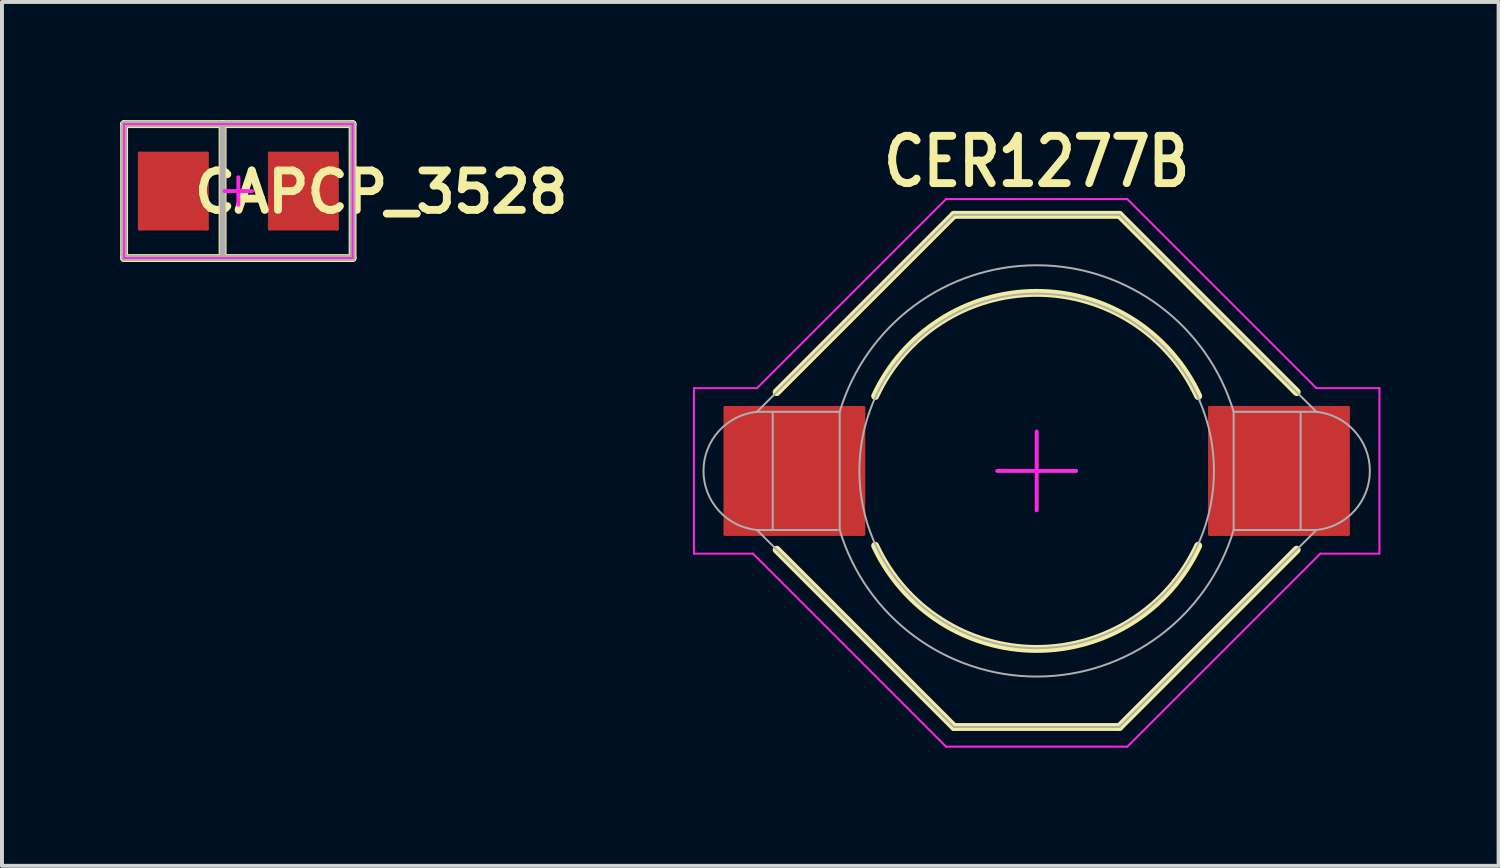
<source format=kicad_pcb>
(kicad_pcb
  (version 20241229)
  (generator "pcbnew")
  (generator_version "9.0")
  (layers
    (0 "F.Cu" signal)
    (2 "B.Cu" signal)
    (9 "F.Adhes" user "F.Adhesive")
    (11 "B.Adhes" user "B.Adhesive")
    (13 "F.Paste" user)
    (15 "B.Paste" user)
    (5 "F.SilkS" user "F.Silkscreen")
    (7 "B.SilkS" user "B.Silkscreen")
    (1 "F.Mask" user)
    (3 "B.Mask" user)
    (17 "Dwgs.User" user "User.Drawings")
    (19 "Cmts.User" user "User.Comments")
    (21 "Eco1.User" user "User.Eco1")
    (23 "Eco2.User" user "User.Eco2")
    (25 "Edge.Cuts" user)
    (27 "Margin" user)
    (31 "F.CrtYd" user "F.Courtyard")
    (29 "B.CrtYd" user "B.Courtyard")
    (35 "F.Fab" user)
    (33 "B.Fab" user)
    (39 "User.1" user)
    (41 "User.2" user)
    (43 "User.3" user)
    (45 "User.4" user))
  (footprint "CER1277B"
    (layer "F.Cu")
    (at 23.264 8.903)
    (property "Reference" "CER1277B" (at 0 -7.85 0) (layer "F.SilkS") (effects (font (size 1.2 1) (thickness 0.2))))
    (attr through_hole)
    (fp_line (start -7.9 -1.6) (end -4.4 -1.6) (stroke (width 0.1) (type solid)) (layer "F.Cu"))
    (fp_line (start -7.9 1.6) (end -7.9 -1.6) (stroke (width 0.1) (type solid)) (layer "F.Cu"))
    (fp_line (start -4.4 -1.6) (end -4.4 1.6) (stroke (width 0.1) (type solid)) (layer "F.Cu"))
    (fp_line (start -4.4 1.6) (end -7.9 1.6) (stroke (width 0.1) (type solid)) (layer "F.Cu"))
    (fp_line (start 4.4 -1.6) (end 7.9 -1.6) (stroke (width 0.1) (type solid)) (layer "F.Cu"))
    (fp_line (start 4.4 1.6) (end 4.4 -1.6) (stroke (width 0.1) (type solid)) (layer "F.Cu"))
    (fp_line (start 7.9 -1.6) (end 7.9 1.6) (stroke (width 0.1) (type solid)) (layer "F.Cu"))
    (fp_line (start 7.9 1.6) (end 4.4 1.6) (stroke (width 0.1) (type solid)) (layer "F.Cu"))
    (fp_line (start -7.9 -1.6) (end -4.4 -1.6) (stroke (width 0.3) (type solid)) (layer "F.Mask"))
    (fp_line (start -7.9 1.6) (end -7.9 -1.6) (stroke (width 0.3) (type solid)) (layer "F.Mask"))
    (fp_line (start -4.4 -1.6) (end -4.4 1.6) (stroke (width 0.3) (type solid)) (layer "F.Mask"))
    (fp_line (start -4.4 1.6) (end -7.9 1.6) (stroke (width 0.3) (type solid)) (layer "F.Mask"))
    (fp_line (start 4.4 -1.6) (end 7.9 -1.6) (stroke (width 0.3) (type solid)) (layer "F.Mask"))
    (fp_line (start 4.4 1.6) (end 4.4 -1.6) (stroke (width 0.3) (type solid)) (layer "F.Mask"))
    (fp_line (start 7.9 -1.6) (end 7.9 1.6) (stroke (width 0.3) (type solid)) (layer "F.Mask"))
    (fp_line (start 7.9 1.6) (end 4.4 1.6) (stroke (width 0.3) (type solid)) (layer "F.Mask"))
    (fp_line (start -2.1 -6.5) (end -6.6 -2) (stroke (width 0.2) (type solid)) (layer "F.SilkS"))
    (fp_line (start -2.1 -6.5) (end 2.1 -6.5) (stroke (width 0.2) (type solid)) (layer "F.SilkS"))
    (fp_line (start -2.1 6.5) (end -6.6 2) (stroke (width 0.2) (type solid)) (layer "F.SilkS"))
    (fp_line (start -2.1 6.5) (end 2.1 6.5) (stroke (width 0.2) (type solid)) (layer "F.SilkS"))
    (fp_line (start 2.1 -6.5) (end 6.6 -2) (stroke (width 0.2) (type solid)) (layer "F.SilkS"))
    (fp_line (start 2.1 6.5) (end 6.6 2) (stroke (width 0.2) (type solid)) (layer "F.SilkS"))
    (fp_arc (start -4.1 -1.9) (mid 0 -4.518849) (end 4.1 -1.9) (stroke (width 0.2) (type solid)) (layer "F.SilkS"))
    (fp_arc (start 4.1 1.9) (mid 0 4.518849) (end -4.1 1.9) (stroke (width 0.2) (type solid)) (layer "F.SilkS"))
    (fp_line (start -7.9 -1.6) (end -7.9 1.6) (stroke (width 0.05) (type solid)) (layer "F.Paste"))
    (fp_line (start -7.9 1.6) (end -4.4 1.6) (stroke (width 0.05) (type solid)) (layer "F.Paste"))
    (fp_line (start -4.4 -1.6) (end -7.9 -1.6) (stroke (width 0.05) (type solid)) (layer "F.Paste"))
    (fp_line (start -4.4 1.6) (end -4.4 -1.6) (stroke (width 0.05) (type solid)) (layer "F.Paste"))
    (fp_line (start 4.4 -1.6) (end 4.4 1.6) (stroke (width 0.05) (type solid)) (layer "F.Paste"))
    (fp_line (start 4.4 1.6) (end 7.9 1.6) (stroke (width 0.05) (type solid)) (layer "F.Paste"))
    (fp_line (start 7.9 -1.6) (end 4.4 -1.6) (stroke (width 0.05) (type solid)) (layer "F.Paste"))
    (fp_line (start 7.9 1.6) (end 7.9 -1.6) (stroke (width 0.05) (type solid)) (layer "F.Paste"))
    (fp_line (start -8.7 2.1) (end -8.7 -2.1) (stroke (width 0.05) (type solid)) (layer "F.CrtYd"))
    (fp_line (start -7.2 2.1) (end -8.7 2.1) (stroke (width 0.05) (type solid)) (layer "F.CrtYd"))
    (fp_line (start -7.1 -2.1) (end -8.7 -2.1) (stroke (width 0.05) (type solid)) (layer "F.CrtYd"))
    (fp_line (start -2.3 -6.9) (end -7.1 -2.1) (stroke (width 0.05) (type solid)) (layer "F.CrtYd"))
    (fp_line (start -2.3 7) (end -7.2 2.1) (stroke (width 0.05) (type solid)) (layer "F.CrtYd"))
    (fp_line (start -1 0) (end 1 0) (stroke (width 0.1) (type solid)) (layer "F.CrtYd"))
    (fp_line (start 0 -1) (end 0 1) (stroke (width 0.1) (type solid)) (layer "F.CrtYd"))
    (fp_line (start 2.3 -6.9) (end -2.3 -6.9) (stroke (width 0.05) (type solid)) (layer "F.CrtYd"))
    (fp_line (start 2.3 -6.9) (end 7.1 -2.1) (stroke (width 0.05) (type solid)) (layer "F.CrtYd"))
    (fp_line (start 2.3 7) (end -2.3 7) (stroke (width 0.05) (type solid)) (layer "F.CrtYd"))
    (fp_line (start 2.3 7) (end 7.2 2.1) (stroke (width 0.05) (type solid)) (layer "F.CrtYd"))
    (fp_line (start 7.1 -2.1) (end 8.7 -2.1) (stroke (width 0.05) (type solid)) (layer "F.CrtYd"))
    (fp_line (start 7.2 2.1) (end 8.7 2.1) (stroke (width 0.05) (type solid)) (layer "F.CrtYd"))
    (fp_line (start 8.7 -2.1) (end 8.7 2.1) (stroke (width 0.05) (type solid)) (layer "F.CrtYd"))
    (fp_line (start -7.1 -1.5) (end -5 -1.5) (stroke (width 0.05) (type solid)) (layer "F.Fab"))
    (fp_line (start -7.1 -1.5) (end -2.1 -6.5) (stroke (width 0.05) (type solid)) (layer "F.Fab"))
    (fp_line (start -6.7 -1.5) (end -6.7 1.5) (stroke (width 0.05) (type solid)) (layer "F.Fab"))
    (fp_line (start -5.05 1.5) (end -7.1 1.5) (stroke (width 0.05) (type solid)) (layer "F.Fab"))
    (fp_line (start -5 -1.5) (end -5 1.5) (stroke (width 0.05) (type solid)) (layer "F.Fab"))
    (fp_line (start -2.1 -6.5) (end 2.1 -6.5) (stroke (width 0.05) (type solid)) (layer "F.Fab"))
    (fp_line (start -2.1 6.5) (end -7.1 1.5) (stroke (width 0.05) (type solid)) (layer "F.Fab"))
    (fp_line (start -2.1 6.5) (end 2.1 6.5) (stroke (width 0.05) (type solid)) (layer "F.Fab"))
    (fp_line (start 2.1 -6.5) (end 7.1 -1.5) (stroke (width 0.05) (type solid)) (layer "F.Fab"))
    (fp_line (start 5 -1.5) (end 7.1 -1.5) (stroke (width 0.05) (type solid)) (layer "F.Fab"))
    (fp_line (start 5 1.5) (end 5 -1.5) (stroke (width 0.05) (type solid)) (layer "F.Fab"))
    (fp_line (start 6.7 -1.5) (end 6.7 1.5) (stroke (width 0.05) (type solid)) (layer "F.Fab"))
    (fp_line (start 7.1 1.5) (end 2.1 6.5) (stroke (width 0.05) (type solid)) (layer "F.Fab"))
    (fp_line (start 7.1 1.5) (end 5 1.5) (stroke (width 0.05) (type solid)) (layer "F.Fab"))
    (fp_arc (start -7.1 1.5) (mid -8.457481 -0.001594) (end -7.096827 -1.500314) (stroke (width 0.05) (type solid)) (layer "F.Fab"))
    (fp_arc (start -5 -1.5) (mid 0 -5.220153) (end 5 -1.499999) (stroke (width 0.05) (type solid)) (layer "F.Fab"))
    (fp_arc (start 5 1.5) (mid 0 5.220153) (end -5 1.499999) (stroke (width 0.05) (type solid)) (layer "F.Fab"))
    (fp_arc (start 7.1 -1.5) (mid 8.457481 -0.001037) (end 7.102063 1.499792) (stroke (width 0.05) (type solid)) (layer "F.Fab"))
    (fp_circle (center 0 0) (end -4.5 0) (stroke (width 0.05) (type solid)) (fill no) (layer "F.Fab"))
    (pad "1" smd rect (at -6.15 0) (size 3.5 3.2) (layers "F.Cu" "F.Mask" "F.Paste"))
    (pad "2" smd rect (at 6.15 0) (size 3.5 3.2) (layers "F.Cu" "F.Mask" "F.Paste")))
  (footprint "CAPCP_3528"
    (layer "F.Cu")
    (at 3 1.8)
    (property "Reference" "CAPCP_3528" (at 3.625 0.025 0) (layer "F.SilkS") (effects (font (size 1 1) (thickness 0.2))))
    (attr through_hole)
    (fp_line (start -2.525 0.95) (end -2.525 -0.95) (stroke (width 0.05) (type solid)) (layer "F.Cu"))
    (fp_line (start -2.5 -0.975) (end -0.8 -0.975) (stroke (width 0.05) (type solid)) (layer "F.Cu"))
    (fp_line (start -2.5 -0.95) (end -0.8 -0.95) (stroke (width 0.05) (type solid)) (layer "F.Cu"))
    (fp_line (start -2.5 0.95) (end -2.5 -0.95) (stroke (width 0.05) (type solid)) (layer "F.Cu"))
    (fp_line (start -2.5 0.95) (end -0.8 0.95) (stroke (width 0.05) (type solid)) (layer "F.Cu"))
    (fp_line (start -2.5 0.975) (end -0.8 0.975) (stroke (width 0.05) (type solid)) (layer "F.Cu"))
    (fp_line (start -0.8 0.95) (end -0.8 -0.95) (stroke (width 0.05) (type solid)) (layer "F.Cu"))
    (fp_line (start -0.775 0.95) (end -0.775 -0.95) (stroke (width 0.05) (type solid)) (layer "F.Cu"))
    (fp_line (start 0.775 0.95) (end 0.775 -0.95) (stroke (width 0.05) (type solid)) (layer "F.Cu"))
    (fp_line (start 0.8 -0.975) (end 2.5 -0.975) (stroke (width 0.05) (type solid)) (layer "F.Cu"))
    (fp_line (start 0.8 -0.95) (end 2.5 -0.95) (stroke (width 0.05) (type solid)) (layer "F.Cu"))
    (fp_line (start 0.8 0.95) (end 0.8 -0.95) (stroke (width 0.05) (type solid)) (layer "F.Cu"))
    (fp_line (start 0.8 0.95) (end 2.5 0.95) (stroke (width 0.05) (type solid)) (layer "F.Cu"))
    (fp_line (start 0.8 0.975) (end 2.5 0.975) (stroke (width 0.05) (type solid)) (layer "F.Cu"))
    (fp_line (start 2.5 0.95) (end 2.5 -0.95) (stroke (width 0.05) (type solid)) (layer "F.Cu"))
    (fp_line (start 2.525 0.95) (end 2.525 -0.95) (stroke (width 0.05) (type solid)) (layer "F.Cu"))
    (fp_arc (start -2.525 -0.95) (mid -2.517693 -0.967662) (end -2.500044 -0.975) (stroke (width 0.05) (type solid)) (layer "F.Cu"))
    (fp_arc (start -2.525 -0.95) (mid -2.517693 -0.967662) (end -2.500044 -0.975) (stroke (width 0.05) (type solid)) (layer "F.Cu"))
    (fp_arc (start -2.5 0.975) (mid -2.517662 0.967693) (end -2.525 0.950044) (stroke (width 0.05) (type solid)) (layer "F.Cu"))
    (fp_arc (start -2.5 0.975) (mid -2.517662 0.967693) (end -2.525 0.950044) (stroke (width 0.05) (type solid)) (layer "F.Cu"))
    (fp_arc (start -0.8 -0.975) (mid -0.782338 -0.967693) (end -0.775 -0.950044) (stroke (width 0.05) (type solid)) (layer "F.Cu"))
    (fp_arc (start -0.8 -0.975) (mid -0.782338 -0.967693) (end -0.775 -0.950044) (stroke (width 0.05) (type solid)) (layer "F.Cu"))
    (fp_arc (start -0.775 0.95) (mid -0.782307 0.967662) (end -0.799956 0.975) (stroke (width 0.05) (type solid)) (layer "F.Cu"))
    (fp_arc (start -0.775 0.95) (mid -0.782307 0.967662) (end -0.799956 0.975) (stroke (width 0.05) (type solid)) (layer "F.Cu"))
    (fp_arc (start 0.775 -0.95) (mid 0.782307 -0.967662) (end 0.799956 -0.975) (stroke (width 0.05) (type solid)) (layer "F.Cu"))
    (fp_arc (start 0.775 -0.95) (mid 0.782307 -0.967662) (end 0.799956 -0.975) (stroke (width 0.05) (type solid)) (layer "F.Cu"))
    (fp_arc (start 0.8 0.975) (mid 0.782338 0.967693) (end 0.775 0.950044) (stroke (width 0.05) (type solid)) (layer "F.Cu"))
    (fp_arc (start 0.8 0.975) (mid 0.782338 0.967693) (end 0.775 0.950044) (stroke (width 0.05) (type solid)) (layer "F.Cu"))
    (fp_arc (start 2.5 -0.975) (mid 2.517662 -0.967693) (end 2.525 -0.950044) (stroke (width 0.05) (type solid)) (layer "F.Cu"))
    (fp_arc (start 2.5 -0.975) (mid 2.517662 -0.967693) (end 2.525 -0.950044) (stroke (width 0.05) (type solid)) (layer "F.Cu"))
    (fp_arc (start 2.525 0.95) (mid 2.517693 0.967662) (end 2.500044 0.975) (stroke (width 0.05) (type solid)) (layer "F.Cu"))
    (fp_arc (start 2.525 0.95) (mid 2.517693 0.967662) (end 2.500044 0.975) (stroke (width 0.05) (type solid)) (layer "F.Cu"))
    (fp_line (start -2.6 -0.95) (end -2.6 0.95) (stroke (width 0.1) (type solid)) (layer "F.Mask"))
    (fp_line (start -0.8 -1.05) (end -2.5 -1.05) (stroke (width 0.1) (type solid)) (layer "F.Mask"))
    (fp_line (start -0.8 1.05) (end -2.5 1.05) (stroke (width 0.1) (type solid)) (layer "F.Mask"))
    (fp_line (start -0.7 -0.95) (end -0.7 0.95) (stroke (width 0.1) (type solid)) (layer "F.Mask"))
    (fp_line (start 0.7 -0.95) (end 0.7 0.95) (stroke (width 0.1) (type solid)) (layer "F.Mask"))
    (fp_line (start 2.5 -1.05) (end 0.8 -1.05) (stroke (width 0.1) (type solid)) (layer "F.Mask"))
    (fp_line (start 2.5 1.05) (end 0.8 1.05) (stroke (width 0.1) (type solid)) (layer "F.Mask"))
    (fp_line (start 2.6 -0.95) (end 2.6 0.95) (stroke (width 0.1) (type solid)) (layer "F.Mask"))
    (fp_arc (start -2.6 -0.95) (mid -2.570773 -1.020649) (end -2.500175 -1.05) (stroke (width 0.1) (type solid)) (layer "F.Mask"))
    (fp_arc (start -2.6 -0.95) (mid -2.570773 -1.020649) (end -2.500175 -1.05) (stroke (width 0.1) (type solid)) (layer "F.Mask"))
    (fp_arc (start -2.5 1.05) (mid -2.570649 1.020773) (end -2.6 0.950175) (stroke (width 0.1) (type solid)) (layer "F.Mask"))
    (fp_arc (start -2.5 1.05) (mid -2.570649 1.020773) (end -2.6 0.950175) (stroke (width 0.1) (type solid)) (layer "F.Mask"))
    (fp_arc (start -0.8 -1.05) (mid -0.729351 -1.020773) (end -0.7 -0.950175) (stroke (width 0.1) (type solid)) (layer "F.Mask"))
    (fp_arc (start -0.8 -1.05) (mid -0.729351 -1.020773) (end -0.7 -0.950175) (stroke (width 0.1) (type solid)) (layer "F.Mask"))
    (fp_arc (start -0.7 0.95) (mid -0.729227 1.020649) (end -0.799825 1.05) (stroke (width 0.1) (type solid)) (layer "F.Mask"))
    (fp_arc (start -0.7 0.95) (mid -0.729227 1.020649) (end -0.799825 1.05) (stroke (width 0.1) (type solid)) (layer "F.Mask"))
    (fp_arc (start 0.7 -0.95) (mid 0.729227 -1.020649) (end 0.799825 -1.05) (stroke (width 0.1) (type solid)) (layer "F.Mask"))
    (fp_arc (start 0.7 -0.95) (mid 0.729227 -1.020649) (end 0.799825 -1.05) (stroke (width 0.1) (type solid)) (layer "F.Mask"))
    (fp_arc (start 0.8 1.05) (mid 0.729351 1.020773) (end 0.7 0.950175) (stroke (width 0.1) (type solid)) (layer "F.Mask"))
    (fp_arc (start 0.8 1.05) (mid 0.729351 1.020773) (end 0.7 0.950175) (stroke (width 0.1) (type solid)) (layer "F.Mask"))
    (fp_arc (start 2.5 -1.05) (mid 2.570649 -1.020773) (end 2.6 -0.950175) (stroke (width 0.1) (type solid)) (layer "F.Mask"))
    (fp_arc (start 2.5 -1.05) (mid 2.570649 -1.020773) (end 2.6 -0.950175) (stroke (width 0.1) (type solid)) (layer "F.Mask"))
    (fp_arc (start 2.6 0.95) (mid 2.570773 1.020649) (end 2.500175 1.05) (stroke (width 0.1) (type solid)) (layer "F.Mask"))
    (fp_arc (start 2.6 0.95) (mid 2.570773 1.020649) (end 2.500175 1.05) (stroke (width 0.1) (type solid)) (layer "F.Mask"))
    (fp_line (start -2.9 1.7) (end -2.9 -1.7) (stroke (width 0.2) (type solid)) (layer "F.SilkS"))
    (fp_line (start -0.4 1.7) (end -0.4 -1.7) (stroke (width 0.2) (type solid)) (layer "F.SilkS"))
    (fp_line (start 2.9 -1.7) (end -2.9 -1.7) (stroke (width 0.2) (type solid)) (layer "F.SilkS"))
    (fp_line (start 2.9 1.7) (end -2.9 1.7) (stroke (width 0.2) (type solid)) (layer "F.SilkS"))
    (fp_line (start 2.9 1.7) (end 2.9 -1.7) (stroke (width 0.2) (type solid)) (layer "F.SilkS"))
    (fp_line (start -2.5 -0.95) (end -0.8 -0.95) (stroke (width 0.05) (type solid)) (layer "F.Paste"))
    (fp_line (start -2.5 0.95) (end -2.5 -0.95) (stroke (width 0.05) (type solid)) (layer "F.Paste"))
    (fp_line (start -0.8 -0.95) (end -0.8 0.95) (stroke (width 0.05) (type solid)) (layer "F.Paste"))
    (fp_line (start -0.8 0.95) (end -2.5 0.95) (stroke (width 0.05) (type solid)) (layer "F.Paste"))
    (fp_line (start 0.8 -0.95) (end 2.5 -0.95) (stroke (width 0.05) (type solid)) (layer "F.Paste"))
    (fp_line (start 0.8 0.95) (end 0.8 -0.95) (stroke (width 0.05) (type solid)) (layer "F.Paste"))
    (fp_line (start 2.5 -0.95) (end 2.5 0.95) (stroke (width 0.05) (type solid)) (layer "F.Paste"))
    (fp_line (start 2.5 0.95) (end 0.8 0.95) (stroke (width 0.05) (type solid)) (layer "F.Paste"))
    (fp_line (start -2.9 -1.7) (end -2.9 1.7) (stroke (width 0.05) (type solid)) (layer "F.CrtYd"))
    (fp_line (start -2.9 -1.7) (end 2.9 -1.7) (stroke (width 0.05) (type solid)) (layer "F.CrtYd"))
    (fp_line (start -2.9 1.7) (end 2.9 1.7) (stroke (width 0.05) (type solid)) (layer "F.CrtYd"))
    (fp_line (start -0.35 0) (end 0.35 0) (stroke (width 0.1) (type solid)) (layer "F.CrtYd"))
    (fp_line (start 0 -0.35) (end 0 0.35) (stroke (width 0.1) (type solid)) (layer "F.CrtYd"))
    (fp_line (start 2.9 -1.7) (end 2.9 1.7) (stroke (width 0.05) (type solid)) (layer "F.CrtYd"))
    (fp_line (start -2.9 1.7) (end -2.9 -1.7) (stroke (width 0.15) (type solid)) (layer "F.Fab"))
    (fp_line (start -0.4 1.7) (end -0.4 -1.7) (stroke (width 0.15) (type solid)) (layer "F.Fab"))
    (fp_line (start 2.9 -1.7) (end -2.9 -1.7) (stroke (width 0.15) (type solid)) (layer "F.Fab"))
    (fp_line (start 2.9 1.7) (end -2.9 1.7) (stroke (width 0.15) (type solid)) (layer "F.Fab"))
    (fp_line (start 2.9 1.7) (end 2.9 -1.7) (stroke (width 0.15) (type solid)) (layer "F.Fab"))
    (pad "1" smd rect (at -1.65 0) (size 1.7 1.9) (layers "F.Cu" "F.Mask" "F.Paste"))
    (pad "2" smd rect (at 1.65 0) (size 1.7 1.9) (layers "F.Cu" "F.Mask" "F.Paste")))
  (gr_rect
    (start -3 -3)
    (end 34.989 18.928)
    (stroke (width 0.1) (type default))
    (fill no)
    (layer "Edge.Cuts")))
</source>
